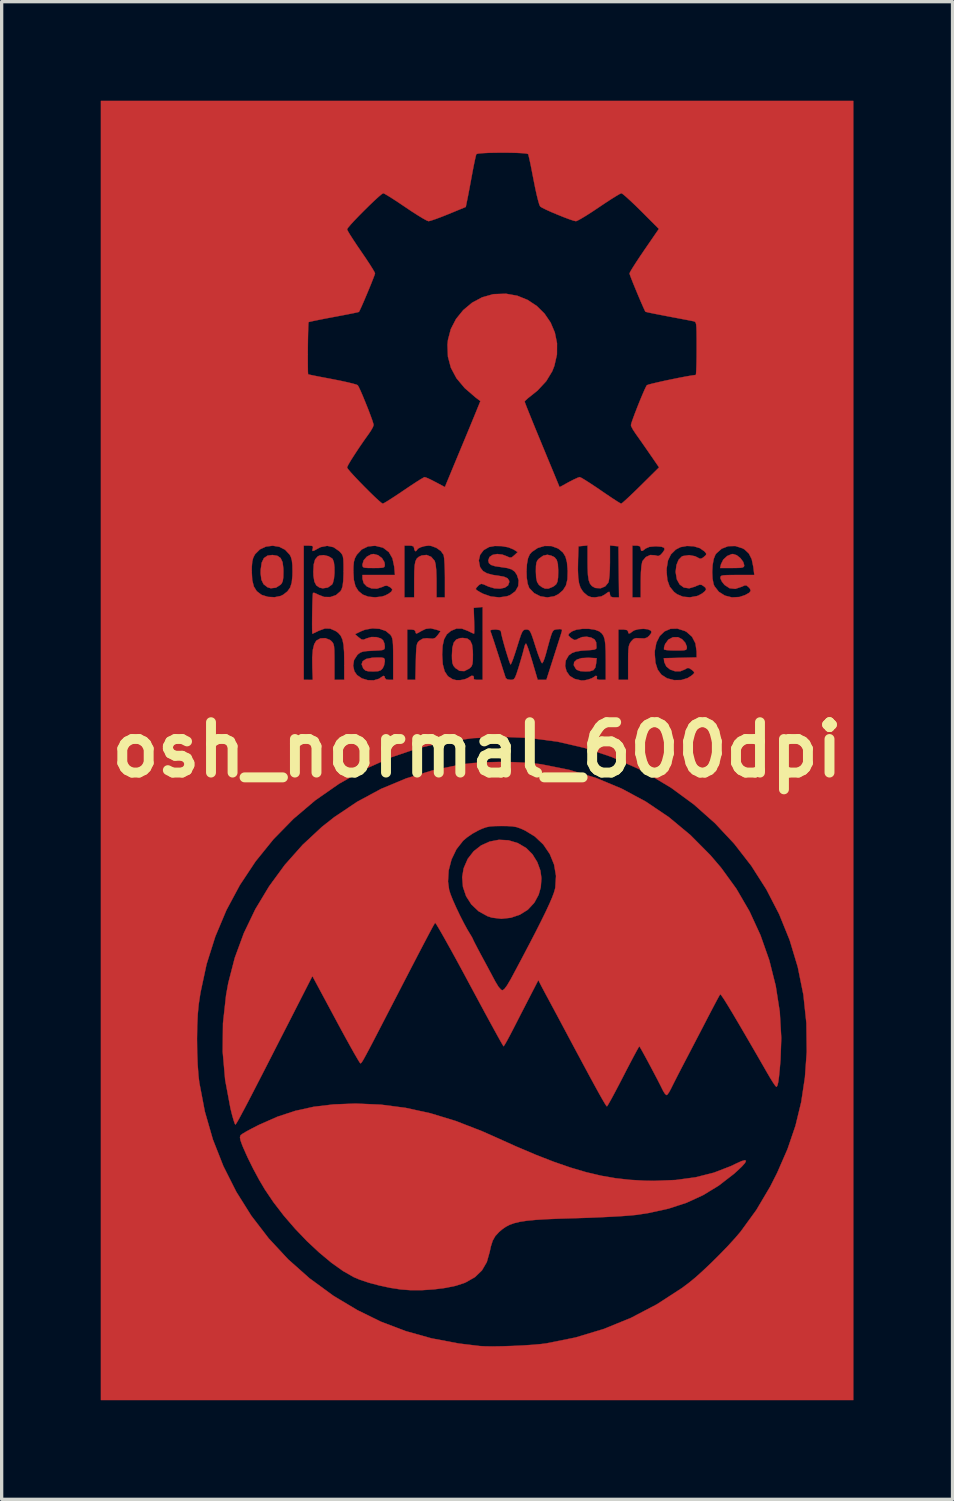
<source format=kicad_pcb>
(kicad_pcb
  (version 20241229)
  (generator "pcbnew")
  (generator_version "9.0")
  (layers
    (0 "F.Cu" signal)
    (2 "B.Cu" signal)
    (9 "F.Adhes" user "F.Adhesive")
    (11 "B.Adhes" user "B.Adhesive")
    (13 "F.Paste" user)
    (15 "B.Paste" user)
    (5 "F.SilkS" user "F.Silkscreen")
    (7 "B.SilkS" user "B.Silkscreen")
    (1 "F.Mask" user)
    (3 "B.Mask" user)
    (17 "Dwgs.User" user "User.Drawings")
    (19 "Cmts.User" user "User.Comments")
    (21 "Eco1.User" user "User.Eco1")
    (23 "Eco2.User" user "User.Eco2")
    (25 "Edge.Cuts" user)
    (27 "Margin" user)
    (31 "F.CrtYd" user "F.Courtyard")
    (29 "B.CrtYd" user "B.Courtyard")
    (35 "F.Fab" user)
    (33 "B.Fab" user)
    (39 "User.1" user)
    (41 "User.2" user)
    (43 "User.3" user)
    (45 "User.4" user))
  (footprint "osh_normal_600dpi"
    (layer "F.Cu")
    (at 11.393 19.648)
    (property "Reference" "osh_normal_600dpi" (at 0 0 0) (layer "F.SilkS") (effects (font (size 1.524 1.524) (thickness 0.3))))
    (attr through_hole)
    (fp_poly (pts (xy 3.372 -2.786) (xy 3.619 -2.773) (xy 3.605 -2.625) (xy 3.579 -2.489) (xy 3.521 -2.412) (xy 3.414 -2.377) (xy 3.282 -2.371) (xy 3.121 -2.382) (xy 3.021 -2.421) (xy 2.991 -2.448) (xy 2.926 -2.56) (xy 2.938 -2.656) (xy 3.019 -2.73) (xy 3.162 -2.776) (xy 3.359 -2.786) (xy 3.372 -2.786)) (stroke (width 0.01) (type solid)) (fill yes) (layer "F.Cu"))
    (fp_poly (pts (xy 7.859 -5.891) (xy 7.971 -5.802) (xy 8.056 -5.688) (xy 8.086 -5.585) (xy 8.078 -5.545) (xy 8.045 -5.521) (xy 7.97 -5.508) (xy 7.836 -5.504) (xy 7.721 -5.503) (xy 7.357 -5.503) (xy 7.384 -5.62) (xy 7.452 -5.757) (xy 7.569 -5.866) (xy 7.706 -5.923) (xy 7.746 -5.927) (xy 7.859 -5.891)) (stroke (width 0.01) (type solid)) (fill yes) (layer "F.Cu"))
    (fp_poly (pts (xy -2.997 -5.891) (xy -2.879 -5.801) (xy -2.806 -5.681) (xy -2.794 -5.611) (xy -2.797 -5.558) (xy -2.819 -5.526) (xy -2.876 -5.51) (xy -2.987 -5.504) (xy -3.133 -5.503) (xy -3.301 -5.504) (xy -3.401 -5.511) (xy -3.452 -5.53) (xy -3.469 -5.565) (xy -3.471 -5.611) (xy -3.433 -5.738) (xy -3.337 -5.847) (xy -3.208 -5.916) (xy -3.133 -5.927) (xy -2.997 -5.891)) (stroke (width 0.01) (type solid)) (fill yes) (layer "F.Cu"))
    (fp_poly (pts (xy -2.892 -2.792) (xy -2.823 -2.777) (xy -2.798 -2.74) (xy -2.794 -2.676) (xy -2.818 -2.551) (xy -2.86 -2.465) (xy -2.916 -2.408) (xy -2.998 -2.379) (xy -3.132 -2.371) (xy -3.155 -2.371) (xy -3.297 -2.377) (xy -3.381 -2.4) (xy -3.437 -2.452) (xy -3.45 -2.471) (xy -3.496 -2.59) (xy -3.463 -2.684) (xy -3.355 -2.751) (xy -3.175 -2.787) (xy -3.024 -2.794) (xy -2.892 -2.792)) (stroke (width 0.01) (type solid)) (fill yes) (layer "F.Cu"))
    (fp_poly (pts (xy -6.048 -5.873) (xy -5.948 -5.804) (xy -5.889 -5.679) (xy -5.865 -5.487) (xy -5.863 -5.397) (xy -5.867 -5.223) (xy -5.883 -5.111) (xy -5.915 -5.038) (xy -5.948 -4.999) (xy -6.09 -4.908) (xy -6.247 -4.89) (xy -6.349 -4.922) (xy -6.464 -5.013) (xy -6.53 -5.149) (xy -6.553 -5.343) (xy -6.551 -5.451) (xy -6.521 -5.663) (xy -6.454 -5.803) (xy -6.344 -5.878) (xy -6.197 -5.897) (xy -6.048 -5.873)) (stroke (width 0.01) (type solid)) (fill yes) (layer "F.Cu"))
    (fp_poly (pts (xy 6.083 -3.41) (xy 6.205 -3.347) (xy 6.302 -3.24) (xy 6.349 -3.121) (xy 6.35 -3.104) (xy 6.345 -3.055) (xy 6.32 -3.026) (xy 6.256 -3.011) (xy 6.137 -3.006) (xy 6.014 -3.006) (xy 5.854 -3.009) (xy 5.73 -3.019) (xy 5.663 -3.034) (xy 5.658 -3.038) (xy 5.659 -3.095) (xy 5.689 -3.192) (xy 5.696 -3.207) (xy 5.79 -3.335) (xy 5.927 -3.407) (xy 6.08 -3.41) (xy 6.083 -3.41)) (stroke (width 0.01) (type solid)) (fill yes) (layer "F.Cu"))
    (fp_poly (pts (xy -4.501 -5.86) (xy -4.389 -5.792) (xy -4.371 -5.771) (xy -4.335 -5.674) (xy -4.318 -5.524) (xy -4.317 -5.351) (xy -4.333 -5.184) (xy -4.365 -5.053) (xy -4.392 -5.002) (xy -4.519 -4.912) (xy -4.673 -4.888) (xy -4.77 -4.91) (xy -4.867 -4.977) (xy -4.926 -5.092) (xy -4.954 -5.268) (xy -4.958 -5.397) (xy -4.945 -5.614) (xy -4.904 -5.761) (xy -4.829 -5.851) (xy -4.771 -5.881) (xy -4.643 -5.893) (xy -4.501 -5.86)) (stroke (width 0.01) (type solid)) (fill yes) (layer "F.Cu"))
    (fp_poly (pts (xy -0.299 -3.368) (xy -0.208 -3.304) (xy -0.153 -3.184) (xy -0.13 -2.997) (xy -0.127 -2.882) (xy -0.129 -2.711) (xy -0.14 -2.603) (xy -0.164 -2.534) (xy -0.209 -2.483) (xy -0.239 -2.458) (xy -0.387 -2.382) (xy -0.531 -2.39) (xy -0.658 -2.475) (xy -0.716 -2.545) (xy -0.748 -2.626) (xy -0.76 -2.747) (xy -0.762 -2.858) (xy -0.75 -3.086) (xy -0.708 -3.243) (xy -0.631 -3.337) (xy -0.513 -3.381) (xy -0.434 -3.386) (xy -0.299 -3.368)) (stroke (width 0.01) (type solid)) (fill yes) (layer "F.Cu"))
    (fp_poly (pts (xy 2.243 -5.878) (xy 2.347 -5.827) (xy 2.411 -5.747) (xy 2.445 -5.622) (xy 2.455 -5.434) (xy 2.455 -5.404) (xy 2.451 -5.216) (xy 2.433 -5.092) (xy 2.394 -5.011) (xy 2.326 -4.954) (xy 2.283 -4.93) (xy 2.156 -4.878) (xy 2.055 -4.881) (xy 1.968 -4.919) (xy 1.873 -4.99) (xy 1.816 -5.082) (xy 1.787 -5.216) (xy 1.779 -5.401) (xy 1.782 -5.566) (xy 1.797 -5.67) (xy 1.83 -5.739) (xy 1.873 -5.786) (xy 2.005 -5.879) (xy 2.129 -5.904) (xy 2.243 -5.878)) (stroke (width 0.01) (type solid)) (fill yes) (layer "F.Cu"))
    (fp_poly (pts (xy 0.948 2.739) (xy 1.232 2.824) (xy 1.489 2.976) (xy 1.675 3.163) (xy 1.822 3.4) (xy 1.917 3.66) (xy 1.947 3.888) (xy 1.928 4.159) (xy 1.863 4.388) (xy 1.742 4.611) (xy 1.72 4.643) (xy 1.534 4.842) (xy 1.296 4.991) (xy 1.023 5.084) (xy 0.735 5.116) (xy 0.449 5.081) (xy 0.316 5.038) (xy 0.046 4.889) (xy -0.173 4.682) (xy -0.333 4.432) (xy -0.428 4.152) (xy -0.452 3.855) (xy -0.407 3.587) (xy -0.284 3.303) (xy -0.104 3.071) (xy 0.121 2.895) (xy 0.38 2.778) (xy 0.66 2.725) (xy 0.948 2.739)) (stroke (width 0.01) (type solid)) (fill yes) (layer "F.Cu"))
    (fp_poly (pts (xy -2.914 10.742) (xy -2.166 10.839) (xy -1.414 11.003) (xy -0.649 11.236) (xy 0.14 11.542) (xy 0.529 11.714) (xy 1.187 12.01) (xy 1.784 12.263) (xy 2.329 12.475) (xy 2.833 12.649) (xy 3.305 12.788) (xy 3.756 12.894) (xy 4.194 12.97) (xy 4.631 13.019) (xy 5.075 13.044) (xy 5.355 13.049) (xy 6.012 13.023) (xy 6.613 12.941) (xy 7.168 12.801) (xy 7.684 12.602) (xy 7.835 12.529) (xy 8.004 12.452) (xy 8.105 12.424) (xy 8.14 12.444) (xy 8.108 12.51) (xy 8.01 12.62) (xy 7.847 12.773) (xy 7.76 12.849) (xy 7.31 13.196) (xy 6.84 13.482) (xy 6.339 13.712) (xy 5.794 13.89) (xy 5.192 14.022) (xy 4.832 14.078) (xy 4.66 14.095) (xy 4.419 14.114) (xy 4.122 14.132) (xy 3.784 14.149) (xy 3.421 14.165) (xy 3.047 14.177) (xy 2.942 14.18) (xy 2.481 14.194) (xy 2.095 14.21) (xy 1.776 14.23) (xy 1.515 14.255) (xy 1.302 14.287) (xy 1.129 14.328) (xy 0.986 14.379) (xy 0.865 14.442) (xy 0.756 14.519) (xy 0.663 14.599) (xy 0.55 14.722) (xy 0.472 14.86) (xy 0.415 15.038) (xy 0.381 15.199) (xy 0.294 15.507) (xy 0.147 15.759) (xy -0.063 15.962) (xy -0.345 16.123) (xy -0.395 16.144) (xy -0.644 16.225) (xy -0.955 16.289) (xy -1.303 16.334) (xy -1.665 16.358) (xy -2.02 16.358) (xy -2.307 16.337) (xy -2.626 16.288) (xy -2.958 16.217) (xy -3.278 16.132) (xy -3.559 16.038) (xy -3.733 15.964) (xy -4.059 15.778) (xy -4.411 15.527) (xy -4.777 15.222) (xy -5.148 14.876) (xy -5.51 14.498) (xy -5.854 14.099) (xy -6.167 13.692) (xy -6.425 13.309) (xy -6.6 13.013) (xy -6.778 12.682) (xy -6.944 12.347) (xy -7.081 12.04) (xy -7.11 11.97) (xy -7.162 11.825) (xy -7.179 11.734) (xy -7.164 11.677) (xy -7.155 11.663) (xy -7.099 11.622) (xy -6.983 11.553) (xy -6.821 11.466) (xy -6.632 11.369) (xy -6.589 11.348) (xy -6.048 11.109) (xy -5.505 10.93) (xy -4.943 10.806) (xy -4.345 10.735) (xy -3.693 10.71) (xy -3.668 10.71) (xy -2.914 10.742)) (stroke (width 0.01) (type solid)) (fill yes) (layer "F.Cu"))
    (fp_poly (pts (xy 1.091 0.373) (xy 1.496 0.392) (xy 1.854 0.427) (xy 1.947 0.439) (xy 2.791 0.608) (xy 3.601 0.853) (xy 4.375 1.175) (xy 5.111 1.571) (xy 5.806 2.04) (xy 6.458 2.582) (xy 7.065 3.194) (xy 7.392 3.577) (xy 7.849 4.208) (xy 8.246 4.89) (xy 8.579 5.614) (xy 8.845 6.37) (xy 9.04 7.147) (xy 9.163 7.935) (xy 9.208 8.724) (xy 9.185 9.381) (xy 9.16 9.679) (xy 9.138 9.9) (xy 9.117 10.055) (xy 9.095 10.15) (xy 9.073 10.196) (xy 9.058 10.202) (xy 9.025 10.168) (xy 8.96 10.074) (xy 8.873 9.934) (xy 8.776 9.768) (xy 8.458 9.215) (xy 8.18 8.736) (xy 7.943 8.33) (xy 7.747 7.998) (xy 7.591 7.739) (xy 7.475 7.553) (xy 7.398 7.44) (xy 7.362 7.399) (xy 7.359 7.4) (xy 7.332 7.445) (xy 7.272 7.554) (xy 7.188 7.712) (xy 7.085 7.908) (xy 6.981 8.107) (xy 6.835 8.39) (xy 6.669 8.709) (xy 6.502 9.03) (xy 6.35 9.322) (xy 6.299 9.419) (xy 6.18 9.647) (xy 6.068 9.864) (xy 5.972 10.053) (xy 5.9 10.196) (xy 5.872 10.254) (xy 5.812 10.366) (xy 5.759 10.439) (xy 5.736 10.453) (xy 5.691 10.419) (xy 5.637 10.335) (xy 5.628 10.317) (xy 5.555 10.17) (xy 5.463 9.99) (xy 5.359 9.792) (xy 5.251 9.588) (xy 5.147 9.393) (xy 5.053 9.221) (xy 4.978 9.085) (xy 4.927 8.999) (xy 4.911 8.977) (xy 4.886 9.013) (xy 4.829 9.114) (xy 4.745 9.27) (xy 4.639 9.471) (xy 4.516 9.706) (xy 4.424 9.886) (xy 4.293 10.139) (xy 4.174 10.365) (xy 4.073 10.553) (xy 3.994 10.694) (xy 3.945 10.777) (xy 3.93 10.795) (xy 3.909 10.773) (xy 3.864 10.703) (xy 3.793 10.583) (xy 3.695 10.409) (xy 3.567 10.177) (xy 3.407 9.883) (xy 3.214 9.524) (xy 2.985 9.097) (xy 2.773 8.7) (xy 2.627 8.426) (xy 2.487 8.163) (xy 2.359 7.924) (xy 2.251 7.723) (xy 2.171 7.574) (xy 2.139 7.514) (xy 2.055 7.358) (xy 1.976 7.209) (xy 1.927 7.116) (xy 1.854 6.972) (xy 1.605 7.455) (xy 1.482 7.694) (xy 1.339 7.971) (xy 1.197 8.249) (xy 1.091 8.456) (xy 0.993 8.644) (xy 0.908 8.802) (xy 0.843 8.916) (xy 0.806 8.971) (xy 0.801 8.975) (xy 0.777 8.938) (xy 0.717 8.835) (xy 0.625 8.67) (xy 0.505 8.452) (xy 0.36 8.187) (xy 0.195 7.883) (xy 0.014 7.546) (xy -0.181 7.184) (xy -0.232 7.089) (xy -0.429 6.722) (xy -0.614 6.381) (xy -0.784 6.071) (xy -0.935 5.8) (xy -1.062 5.574) (xy -1.163 5.4) (xy -1.232 5.286) (xy -1.267 5.238) (xy -1.27 5.237) (xy -1.288 5.263) (xy -1.322 5.32) (xy -1.372 5.412) (xy -1.443 5.544) (xy -1.536 5.721) (xy -1.655 5.947) (xy -1.802 6.229) (xy -1.979 6.57) (xy -2.189 6.975) (xy -2.434 7.45) (xy -2.489 7.556) (xy -2.712 7.987) (xy -2.899 8.349) (xy -3.054 8.648) (xy -3.179 8.889) (xy -3.279 9.079) (xy -3.357 9.225) (xy -3.415 9.331) (xy -3.457 9.405) (xy -3.487 9.451) (xy -3.507 9.477) (xy -3.521 9.489) (xy -3.532 9.491) (xy -3.534 9.491) (xy -3.562 9.455) (xy -3.624 9.352) (xy -3.717 9.192) (xy -3.835 8.982) (xy -3.974 8.731) (xy -4.129 8.447) (xy -4.278 8.17) (xy -4.986 6.85) (xy -5.652 8.156) (xy -5.949 8.736) (xy -6.209 9.246) (xy -6.435 9.688) (xy -6.63 10.067) (xy -6.795 10.388) (xy -6.933 10.654) (xy -7.046 10.869) (xy -7.137 11.039) (xy -7.206 11.167) (xy -7.257 11.257) (xy -7.292 11.314) (xy -7.312 11.341) (xy -7.319 11.345) (xy -7.34 11.307) (xy -7.375 11.201) (xy -7.419 11.045) (xy -7.466 10.855) (xy -7.467 10.85) (xy -7.627 9.993) (xy -7.702 9.136) (xy -7.693 8.28) (xy -7.599 7.425) (xy -7.533 7.061) (xy -7.336 6.298) (xy -7.061 5.55) (xy -6.713 4.825) (xy -6.296 4.133) (xy -6.191 3.989) (xy -0.881 3.989) (xy -0.847 4.238) (xy -0.805 4.372) (xy -0.73 4.559) (xy -0.632 4.779) (xy -0.52 5.014) (xy -0.404 5.242) (xy -0.294 5.444) (xy -0.229 5.551) (xy -0.168 5.652) (xy -0.131 5.72) (xy -0.127 5.733) (xy -0.108 5.775) (xy -0.056 5.878) (xy 0.021 6.026) (xy 0.117 6.206) (xy 0.142 6.252) (xy 0.258 6.467) (xy 0.374 6.683) (xy 0.476 6.875) (xy 0.552 7.017) (xy 0.647 7.174) (xy 0.726 7.263) (xy 0.767 7.281) (xy 0.823 7.245) (xy 0.906 7.135) (xy 1.016 6.949) (xy 1.071 6.847) (xy 1.346 6.33) (xy 1.582 5.881) (xy 1.782 5.496) (xy 1.947 5.168) (xy 2.082 4.893) (xy 2.187 4.666) (xy 2.267 4.482) (xy 2.323 4.334) (xy 2.357 4.218) (xy 2.367 4.17) (xy 2.389 3.818) (xy 2.331 3.476) (xy 2.201 3.156) (xy 2.005 2.868) (xy 1.748 2.624) (xy 1.449 2.442) (xy 1.308 2.379) (xy 1.191 2.339) (xy 1.069 2.318) (xy 0.915 2.309) (xy 0.741 2.307) (xy 0.537 2.31) (xy 0.39 2.32) (xy 0.271 2.345) (xy 0.152 2.388) (xy 0.036 2.441) (xy -0.138 2.537) (xy -0.308 2.654) (xy -0.423 2.752) (xy -0.626 3.011) (xy -0.774 3.318) (xy -0.861 3.651) (xy -0.881 3.989) (xy -6.191 3.989) (xy -5.818 3.48) (xy -5.283 2.878) (xy -4.697 2.333) (xy -4.327 2.041) (xy -3.631 1.574) (xy -2.907 1.183) (xy -2.147 0.866) (xy -1.347 0.622) (xy -0.502 0.447) (xy -0.466 0.441) (xy -0.137 0.402) (xy 0.249 0.378) (xy 0.667 0.368) (xy 1.091 0.373)) (stroke (width 0.01) (type solid)) (fill yes) (layer "F.Cu"))
    (fp_poly (pts (xy 11.388 19.685) (xy -11.388 19.685) (xy -11.388 8.751) (xy -8.479 8.751) (xy -8.474 9.152) (xy -8.459 9.536) (xy -8.433 9.88) (xy -8.409 10.078) (xy -8.242 10.952) (xy -7.999 11.796) (xy -7.68 12.607) (xy -7.291 13.379) (xy -6.833 14.109) (xy -6.308 14.792) (xy -5.721 15.424) (xy -5.073 16) (xy -4.367 16.516) (xy -4.339 16.535) (xy -3.628 16.961) (xy -2.906 17.315) (xy -2.161 17.598) (xy -1.383 17.816) (xy -0.56 17.972) (xy 0.085 18.05) (xy 0.261 18.059) (xy 0.501 18.061) (xy 0.784 18.056) (xy 1.089 18.046) (xy 1.396 18.031) (xy 1.683 18.012) (xy 1.931 17.99) (xy 2.095 17.969) (xy 2.979 17.791) (xy 3.834 17.533) (xy 4.656 17.198) (xy 5.444 16.785) (xy 6.196 16.297) (xy 6.413 16.135) (xy 6.604 15.979) (xy 6.832 15.774) (xy 7.083 15.537) (xy 7.34 15.282) (xy 7.586 15.028) (xy 7.805 14.788) (xy 7.982 14.581) (xy 7.985 14.576) (xy 8.455 13.929) (xy 8.876 13.217) (xy 9.084 12.806) (xy 9.397 12.088) (xy 9.638 11.38) (xy 9.812 10.663) (xy 9.924 9.918) (xy 9.979 9.144) (xy 9.968 8.271) (xy 9.877 7.413) (xy 9.707 6.575) (xy 9.462 5.761) (xy 9.144 4.976) (xy 8.756 4.225) (xy 8.302 3.513) (xy 7.783 2.844) (xy 7.203 2.224) (xy 6.565 1.657) (xy 5.871 1.148) (xy 5.125 0.702) (xy 4.868 0.569) (xy 4.068 0.215) (xy 3.257 -0.056) (xy 2.431 -0.247) (xy 1.58 -0.358) (xy 0.762 -0.391) (xy -0.121 -0.353) (xy -0.972 -0.238) (xy -1.796 -0.046) (xy -2.599 0.227) (xy -3.386 0.58) (xy -3.408 0.591) (xy -4.181 1.029) (xy -4.9 1.53) (xy -5.562 2.092) (xy -6.165 2.708) (xy -6.706 3.377) (xy -7.181 4.093) (xy -7.589 4.853) (xy -7.925 5.652) (xy -8.189 6.487) (xy -8.375 7.355) (xy -8.428 7.705) (xy -8.456 8.003) (xy -8.473 8.36) (xy -8.479 8.751) (xy -11.388 8.751) (xy -11.388 -5.399) (xy -6.822 -5.399) (xy -6.808 -5.138) (xy -6.759 -4.943) (xy -6.671 -4.801) (xy -6.536 -4.698) (xy -6.508 -4.684) (xy -6.328 -4.629) (xy -6.13 -4.619) (xy -5.949 -4.656) (xy -5.869 -4.695) (xy -5.742 -4.795) (xy -5.659 -4.911) (xy -5.611 -5.061) (xy -5.591 -5.265) (xy -5.588 -5.393) (xy -5.592 -5.593) (xy -5.607 -5.733) (xy -5.636 -5.835) (xy -5.673 -5.907) (xy -5.811 -6.055) (xy -5.989 -6.146) (xy -6.189 -6.178) (xy -6.391 -6.152) (xy -6.574 -6.068) (xy -6.718 -5.925) (xy -6.733 -5.902) (xy -6.779 -5.809) (xy -6.807 -5.697) (xy -6.82 -5.544) (xy -6.822 -5.399) (xy -11.388 -5.399) (xy -11.388 -6.181) (xy -5.249 -6.181) (xy -5.249 -2.117) (xy -5.112 -2.117) (xy -4.974 -2.116) (xy -4.988 -2.486) (xy -4.991 -2.796) (xy -4.972 -3.031) (xy -4.931 -3.197) (xy -4.867 -3.304) (xy -4.865 -3.305) (xy -4.743 -3.373) (xy -4.595 -3.38) (xy -4.455 -3.326) (xy -4.416 -3.295) (xy -4.376 -3.252) (xy -4.348 -3.202) (xy -4.331 -3.129) (xy -4.322 -3.017) (xy -4.319 -2.849) (xy -4.318 -2.66) (xy -4.318 -2.117) (xy -4.022 -2.117) (xy -4.022 -2.545) (xy -3.753 -2.545) (xy -3.715 -2.376) (xy -3.635 -2.262) (xy -3.489 -2.162) (xy -3.311 -2.108) (xy -3.129 -2.103) (xy -2.971 -2.15) (xy -2.918 -2.186) (xy -2.838 -2.239) (xy -2.799 -2.22) (xy -2.794 -2.18) (xy -2.756 -2.13) (xy -2.667 -2.117) (xy -2.54 -2.117) (xy -2.54 -2.746) (xy -2.541 -2.993) (xy -2.545 -3.171) (xy -2.554 -3.294) (xy -2.57 -3.378) (xy -2.594 -3.438) (xy -2.627 -3.485) (xy -2.765 -3.598) (xy -2.89 -3.641) (xy -2.117 -3.641) (xy -2.117 -2.117) (xy -1.869 -2.117) (xy -1.855 -2.671) (xy -1.85 -2.879) (xy -1.058 -2.879) (xy -1.04 -2.592) (xy -0.983 -2.377) (xy -0.885 -2.227) (xy -0.742 -2.136) (xy -0.632 -2.108) (xy -0.503 -2.109) (xy -0.364 -2.138) (xy -0.256 -2.186) (xy -0.238 -2.201) (xy -0.169 -2.24) (xy -0.112 -2.235) (xy -0.097 -2.19) (xy -0.1 -2.18) (xy -0.097 -2.136) (xy -0.033 -2.118) (xy 0.022 -2.117) (xy 0.169 -2.117) (xy 0.169 -3.607) (xy 0.397 -3.607) (xy 0.416 -3.557) (xy 0.456 -3.441) (xy 0.513 -3.272) (xy 0.58 -3.064) (xy 0.634 -2.898) (xy 0.707 -2.67) (xy 0.771 -2.468) (xy 0.823 -2.307) (xy 0.857 -2.202) (xy 0.868 -2.17) (xy 0.919 -2.132) (xy 1.013 -2.117) (xy 1.071 -2.12) (xy 1.114 -2.141) (xy 1.151 -2.193) (xy 1.19 -2.29) (xy 1.242 -2.449) (xy 1.268 -2.533) (xy 1.325 -2.724) (xy 1.376 -2.899) (xy 1.411 -3.033) (xy 1.423 -3.083) (xy 1.45 -3.175) (xy 1.478 -3.217) (xy 1.48 -3.217) (xy 1.502 -3.179) (xy 1.543 -3.074) (xy 1.595 -2.917) (xy 1.655 -2.724) (xy 1.672 -2.667) (xy 1.834 -2.117) (xy 2.097 -2.117) (xy 2.231 -2.535) (xy 2.665 -2.535) (xy 2.708 -2.373) (xy 2.804 -2.237) (xy 2.948 -2.148) (xy 2.991 -2.136) (xy 3.093 -2.113) (xy 3.154 -2.099) (xy 3.24 -2.101) (xy 3.359 -2.126) (xy 3.471 -2.165) (xy 3.527 -2.198) (xy 3.593 -2.241) (xy 3.63 -2.227) (xy 3.625 -2.18) (xy 3.628 -2.136) (xy 3.692 -2.118) (xy 3.748 -2.117) (xy 3.895 -2.117) (xy 3.895 -2.707) (xy 3.892 -2.983) (xy 3.882 -3.189) (xy 3.863 -3.338) (xy 3.829 -3.443) (xy 3.78 -3.518) (xy 3.711 -3.576) (xy 3.697 -3.586) (xy 3.565 -3.637) (xy 3.537 -3.641) (xy 4.276 -3.641) (xy 4.276 -2.117) (xy 4.572 -2.117) (xy 4.572 -2.64) (xy 4.573 -2.864) (xy 4.575 -2.91) (xy 5.377 -2.91) (xy 5.399 -2.637) (xy 5.466 -2.427) (xy 5.578 -2.274) (xy 5.75 -2.164) (xy 5.96 -2.109) (xy 6.181 -2.112) (xy 6.371 -2.17) (xy 6.476 -2.235) (xy 6.529 -2.276) (xy 6.573 -2.324) (xy 6.561 -2.366) (xy 6.497 -2.421) (xy 6.418 -2.474) (xy 6.358 -2.473) (xy 6.299 -2.437) (xy 6.153 -2.377) (xy 5.994 -2.377) (xy 5.844 -2.429) (xy 5.728 -2.523) (xy 5.667 -2.653) (xy 5.664 -2.667) (xy 5.652 -2.773) (xy 6.646 -2.797) (xy 6.645 -2.975) (xy 6.61 -3.222) (xy 6.507 -3.422) (xy 6.341 -3.569) (xy 6.288 -3.597) (xy 6.063 -3.669) (xy 5.855 -3.663) (xy 5.674 -3.585) (xy 5.528 -3.444) (xy 5.427 -3.244) (xy 5.379 -2.994) (xy 5.377 -2.91) (xy 4.575 -2.91) (xy 4.579 -3.02) (xy 4.591 -3.126) (xy 4.613 -3.199) (xy 4.647 -3.258) (xy 4.663 -3.28) (xy 4.734 -3.354) (xy 4.81 -3.381) (xy 4.93 -3.376) (xy 4.936 -3.376) (xy 5.065 -3.371) (xy 5.15 -3.4) (xy 5.213 -3.456) (xy 5.273 -3.535) (xy 5.272 -3.589) (xy 5.255 -3.609) (xy 5.168 -3.649) (xy 5.035 -3.662) (xy 4.889 -3.652) (xy 4.763 -3.619) (xy 4.711 -3.588) (xy 4.625 -3.524) (xy 4.581 -3.528) (xy 4.572 -3.577) (xy 4.54 -3.624) (xy 4.437 -3.641) (xy 4.424 -3.641) (xy 4.276 -3.641) (xy 3.537 -3.641) (xy 3.384 -3.662) (xy 3.186 -3.662) (xy 3.005 -3.636) (xy 2.871 -3.585) (xy 2.868 -3.582) (xy 2.779 -3.514) (xy 2.763 -3.463) (xy 2.819 -3.404) (xy 2.859 -3.374) (xy 2.94 -3.325) (xy 3.001 -3.329) (xy 3.058 -3.363) (xy 3.179 -3.413) (xy 3.318 -3.423) (xy 3.453 -3.397) (xy 3.556 -3.34) (xy 3.603 -3.258) (xy 3.604 -3.253) (xy 3.611 -3.141) (xy 3.614 -3.101) (xy 3.603 -3.057) (xy 3.548 -3.032) (xy 3.433 -3.019) (xy 3.387 -3.016) (xy 3.155 -3) (xy 2.99 -2.973) (xy 2.873 -2.93) (xy 2.785 -2.866) (xy 2.768 -2.849) (xy 2.683 -2.701) (xy 2.665 -2.535) (xy 2.231 -2.535) (xy 2.324 -2.826) (xy 2.399 -3.061) (xy 2.466 -3.27) (xy 2.52 -3.44) (xy 2.556 -3.556) (xy 2.569 -3.601) (xy 2.566 -3.643) (xy 2.509 -3.655) (xy 2.437 -3.649) (xy 2.38 -3.642) (xy 2.337 -3.63) (xy 2.302 -3.601) (xy 2.269 -3.544) (xy 2.234 -3.447) (xy 2.19 -3.298) (xy 2.132 -3.087) (xy 2.084 -2.908) (xy 2.041 -2.766) (xy 2 -2.663) (xy 1.969 -2.62) (xy 1.967 -2.619) (xy 1.941 -2.657) (xy 1.896 -2.761) (xy 1.838 -2.915) (xy 1.775 -3.104) (xy 1.767 -3.13) (xy 1.7 -3.341) (xy 1.65 -3.484) (xy 1.611 -3.572) (xy 1.575 -3.619) (xy 1.535 -3.638) (xy 1.489 -3.641) (xy 1.441 -3.637) (xy 1.402 -3.617) (xy 1.366 -3.568) (xy 1.327 -3.478) (xy 1.278 -3.332) (xy 1.211 -3.119) (xy 1.209 -3.111) (xy 1.146 -2.915) (xy 1.09 -2.751) (xy 1.045 -2.636) (xy 1.018 -2.584) (xy 1.015 -2.582) (xy 0.994 -2.62) (xy 0.958 -2.721) (xy 0.912 -2.866) (xy 0.86 -3.035) (xy 0.81 -3.211) (xy 0.766 -3.374) (xy 0.734 -3.505) (xy 0.72 -3.585) (xy 0.72 -3.592) (xy 0.681 -3.624) (xy 0.58 -3.64) (xy 0.548 -3.641) (xy 0.446 -3.633) (xy 0.397 -3.615) (xy 0.397 -3.607) (xy 0.169 -3.607) (xy 0.169 -4.323) (xy 0.033 -4.31) (xy -0.103 -4.297) (xy -0.09 -3.905) (xy -0.086 -3.735) (xy -0.086 -3.602) (xy -0.09 -3.525) (xy -0.093 -3.514) (xy -0.137 -3.531) (xy -0.229 -3.575) (xy -0.275 -3.598) (xy -0.461 -3.669) (xy -0.624 -3.67) (xy -0.787 -3.603) (xy -0.796 -3.597) (xy -0.918 -3.494) (xy -0.999 -3.349) (xy -1.044 -3.15) (xy -1.058 -2.884) (xy -1.058 -2.879) (xy -1.85 -2.879) (xy -1.849 -2.898) (xy -1.841 -3.055) (xy -1.829 -3.16) (xy -1.809 -3.227) (xy -1.779 -3.272) (xy -1.736 -3.31) (xy -1.637 -3.367) (xy -1.517 -3.378) (xy -1.457 -3.372) (xy -1.339 -3.363) (xy -1.265 -3.389) (xy -1.198 -3.464) (xy -1.193 -3.469) (xy -1.104 -3.591) (xy -1.235 -3.637) (xy -1.408 -3.678) (xy -1.554 -3.661) (xy -1.684 -3.598) (xy -1.79 -3.537) (xy -1.843 -3.519) (xy -1.861 -3.543) (xy -1.863 -3.577) (xy -1.901 -3.628) (xy -1.99 -3.641) (xy -2.117 -3.641) (xy -2.89 -3.641) (xy -2.953 -3.662) (xy -3.169 -3.676) (xy -3.39 -3.637) (xy -3.507 -3.591) (xy -3.696 -3.5) (xy -3.585 -3.404) (xy -3.503 -3.342) (xy -3.437 -3.333) (xy -3.344 -3.372) (xy -3.342 -3.373) (xy -3.198 -3.414) (xy -3.044 -3.411) (xy -2.911 -3.369) (xy -2.847 -3.316) (xy -2.806 -3.218) (xy -2.794 -3.129) (xy -2.797 -3.073) (xy -2.817 -3.039) (xy -2.87 -3.019) (xy -2.974 -3.008) (xy -3.145 -3) (xy -3.153 -2.999) (xy -3.333 -2.989) (xy -3.452 -2.973) (xy -3.532 -2.945) (xy -3.597 -2.898) (xy -3.629 -2.867) (xy -3.725 -2.718) (xy -3.753 -2.545) (xy -4.022 -2.545) (xy -4.022 -2.668) (xy -4.026 -2.957) (xy -4.043 -3.175) (xy -4.076 -3.337) (xy -4.129 -3.454) (xy -4.206 -3.542) (xy -4.284 -3.597) (xy -4.448 -3.669) (xy -4.61 -3.671) (xy -4.794 -3.604) (xy -4.805 -3.598) (xy -4.909 -3.547) (xy -4.975 -3.517) (xy -4.986 -3.514) (xy -4.991 -3.553) (xy -4.994 -3.659) (xy -4.995 -3.813) (xy -4.994 -3.998) (xy -4.991 -4.195) (xy -4.987 -4.386) (xy -4.982 -4.554) (xy -4.975 -4.68) (xy -4.969 -4.746) (xy -4.967 -4.75) (xy -4.924 -4.75) (xy -4.839 -4.712) (xy -4.814 -4.698) (xy -4.631 -4.627) (xy -4.443 -4.624) (xy -4.271 -4.683) (xy -4.137 -4.799) (xy -4.105 -4.85) (xy -4.072 -4.952) (xy -4.052 -5.114) (xy -4.043 -5.348) (xy -4.043 -5.397) (xy -3.746 -5.397) (xy -3.731 -5.141) (xy -3.682 -4.948) (xy -3.592 -4.805) (xy -3.459 -4.697) (xy -3.293 -4.635) (xy -3.088 -4.616) (xy -2.883 -4.639) (xy -2.782 -4.671) (xy -2.672 -4.729) (xy -2.594 -4.79) (xy -2.592 -4.793) (xy -2.566 -4.847) (xy -2.601 -4.897) (xy -2.642 -4.926) (xy -2.726 -4.969) (xy -2.799 -4.962) (xy -2.865 -4.931) (xy -3.032 -4.878) (xy -3.196 -4.885) (xy -3.336 -4.943) (xy -3.434 -5.045) (xy -3.471 -5.183) (xy -3.471 -5.184) (xy -3.471 -5.292) (xy -2.486 -5.292) (xy -2.509 -5.544) (xy -2.562 -5.796) (xy -2.671 -5.985) (xy -2.834 -6.109) (xy -2.862 -6.122) (xy -3.088 -6.177) (xy -3.303 -6.157) (xy -3.492 -6.065) (xy -3.64 -5.907) (xy -3.645 -5.9) (xy -3.699 -5.799) (xy -3.73 -5.693) (xy -3.743 -5.554) (xy -3.746 -5.397) (xy -4.043 -5.397) (xy -4.043 -5.425) (xy -4.044 -5.627) (xy -4.049 -5.764) (xy -4.063 -5.854) (xy -4.089 -5.917) (xy -4.133 -5.972) (xy -4.174 -6.014) (xy -4.346 -6.133) (xy -4.538 -6.175) (xy -4.733 -6.137) (xy -4.805 -6.101) (xy -4.92 -6.037) (xy -4.976 -6.017) (xy -4.988 -6.043) (xy -4.974 -6.096) (xy -4.967 -6.152) (xy -5.008 -6.176) (xy -5.098 -6.181) (xy -2.201 -6.181) (xy -2.201 -4.614) (xy -1.905 -4.614) (xy -1.904 -5.154) (xy -1.901 -5.404) (xy -1.89 -5.583) (xy -1.867 -5.706) (xy -1.827 -5.787) (xy -1.766 -5.841) (xy -1.68 -5.881) (xy -1.675 -5.883) (xy -1.527 -5.898) (xy -1.389 -5.841) (xy -1.286 -5.721) (xy -1.282 -5.715) (xy -1.256 -5.613) (xy -1.237 -5.437) (xy -1.229 -5.196) (xy -1.228 -5.112) (xy -1.228 -4.614) (xy -0.974 -4.614) (xy -0.974 -4.866) (xy -0.042 -4.866) (xy -0.008 -4.831) (xy 0.083 -4.775) (xy 0.178 -4.724) (xy 0.419 -4.64) (xy 0.671 -4.614) (xy 0.906 -4.648) (xy 1.001 -4.684) (xy 1.158 -4.799) (xy 1.245 -4.954) (xy 1.258 -5.132) (xy 1.206 -5.293) (xy 1.139 -5.394) (xy 1.107 -5.417) (xy 1.496 -5.417) (xy 1.502 -5.212) (xy 1.529 -5.032) (xy 1.575 -4.903) (xy 1.579 -4.896) (xy 1.727 -4.742) (xy 1.916 -4.646) (xy 2.126 -4.613) (xy 2.333 -4.647) (xy 2.46 -4.71) (xy 2.6 -4.83) (xy 2.69 -4.974) (xy 2.735 -5.161) (xy 2.742 -5.407) (xy 2.741 -5.446) (xy 2.74 -5.453) (xy 3.051 -5.453) (xy 3.06 -5.219) (xy 3.086 -5.041) (xy 3.13 -4.906) (xy 3.197 -4.8) (xy 3.238 -4.754) (xy 3.347 -4.662) (xy 3.452 -4.622) (xy 3.567 -4.614) (xy 3.763 -4.644) (xy 3.864 -4.699) (xy 3.945 -4.758) (xy 3.995 -4.784) (xy 3.997 -4.784) (xy 4.017 -4.748) (xy 4.022 -4.699) (xy 4.04 -4.639) (xy 4.109 -4.616) (xy 4.159 -4.614) (xy 4.297 -4.614) (xy 4.288 -5.387) (xy 4.279 -6.16) (xy 4.15 -6.173) (xy 4.074 -6.181) (xy 4.699 -6.181) (xy 4.699 -4.614) (xy 4.953 -4.614) (xy 4.954 -5.112) (xy 4.959 -5.371) (xy 4.961 -5.397) (xy 5.736 -5.397) (xy 5.759 -5.14) (xy 5.83 -4.94) (xy 5.959 -4.781) (xy 6.052 -4.71) (xy 6.232 -4.634) (xy 6.445 -4.616) (xy 6.659 -4.655) (xy 6.701 -4.671) (xy 6.813 -4.732) (xy 6.897 -4.801) (xy 6.898 -4.802) (xy 6.934 -4.862) (xy 6.91 -4.91) (xy 6.862 -4.95) (xy 6.796 -4.993) (xy 6.737 -4.999) (xy 6.65 -4.966) (xy 6.601 -4.942) (xy 6.42 -4.888) (xy 6.26 -4.912) (xy 6.133 -5.004) (xy 6.047 -5.159) (xy 6.012 -5.368) (xy 6.012 -5.384) (xy 7.117 -5.384) (xy 7.127 -5.182) (xy 7.159 -5.014) (xy 7.184 -4.954) (xy 7.317 -4.783) (xy 7.5 -4.668) (xy 7.714 -4.614) (xy 7.941 -4.626) (xy 8.112 -4.683) (xy 8.234 -4.751) (xy 8.282 -4.811) (xy 8.261 -4.876) (xy 8.223 -4.919) (xy 8.16 -4.973) (xy 8.102 -4.977) (xy 8.01 -4.936) (xy 8.009 -4.936) (xy 7.816 -4.872) (xy 7.643 -4.891) (xy 7.491 -4.991) (xy 7.49 -4.992) (xy 7.411 -5.091) (xy 7.368 -5.185) (xy 7.366 -5.204) (xy 7.37 -5.241) (xy 7.393 -5.266) (xy 7.447 -5.281) (xy 7.547 -5.288) (xy 7.707 -5.291) (xy 7.879 -5.292) (xy 8.392 -5.292) (xy 8.362 -5.535) (xy 8.313 -5.771) (xy 8.227 -5.942) (xy 8.097 -6.064) (xy 8.034 -6.1) (xy 7.818 -6.169) (xy 7.602 -6.164) (xy 7.404 -6.088) (xy 7.243 -5.946) (xy 7.212 -5.903) (xy 7.161 -5.773) (xy 7.129 -5.591) (xy 7.117 -5.384) (xy 6.012 -5.384) (xy 6.011 -5.397) (xy 6.035 -5.594) (xy 6.099 -5.751) (xy 6.195 -5.849) (xy 6.233 -5.866) (xy 6.419 -5.893) (xy 6.596 -5.86) (xy 6.667 -5.825) (xy 6.746 -5.784) (xy 6.808 -5.797) (xy 6.865 -5.839) (xy 6.931 -5.899) (xy 6.934 -5.944) (xy 6.884 -6.006) (xy 6.743 -6.105) (xy 6.556 -6.161) (xy 6.351 -6.171) (xy 6.156 -6.135) (xy 6.017 -6.064) (xy 5.868 -5.917) (xy 5.778 -5.732) (xy 5.739 -5.495) (xy 5.736 -5.397) (xy 4.961 -5.397) (xy 4.975 -5.568) (xy 4.999 -5.693) (xy 5.008 -5.715) (xy 5.108 -5.835) (xy 5.243 -5.897) (xy 5.387 -5.888) (xy 5.396 -5.885) (xy 5.48 -5.865) (xy 5.547 -5.895) (xy 5.608 -5.959) (xy 5.671 -6.051) (xy 5.665 -6.113) (xy 5.585 -6.147) (xy 5.428 -6.159) (xy 5.4 -6.16) (xy 5.219 -6.144) (xy 5.103 -6.095) (xy 5.092 -6.085) (xy 5.008 -6.022) (xy 4.965 -6.027) (xy 4.953 -6.096) (xy 4.933 -6.158) (xy 4.859 -6.18) (xy 4.826 -6.181) (xy 4.699 -6.181) (xy 4.074 -6.181) (xy 4.022 -6.186) (xy 4.022 -5.677) (xy 4.018 -5.46) (xy 4.007 -5.27) (xy 3.99 -5.13) (xy 3.974 -5.064) (xy 3.879 -4.948) (xy 3.742 -4.89) (xy 3.59 -4.898) (xy 3.561 -4.908) (xy 3.477 -4.956) (xy 3.418 -5.028) (xy 3.378 -5.137) (xy 3.355 -5.296) (xy 3.346 -5.519) (xy 3.344 -5.677) (xy 3.344 -6.186) (xy 3.207 -6.173) (xy 3.069 -6.16) (xy 3.056 -5.757) (xy 3.051 -5.453) (xy 2.74 -5.453) (xy 2.72 -5.679) (xy 2.675 -5.848) (xy 2.598 -5.974) (xy 2.479 -6.074) (xy 2.442 -6.098) (xy 2.251 -6.168) (xy 2.041 -6.171) (xy 1.835 -6.11) (xy 1.659 -5.991) (xy 1.591 -5.913) (xy 1.54 -5.795) (xy 1.508 -5.62) (xy 1.496 -5.417) (xy 1.107 -5.417) (xy 1.049 -5.46) (xy 0.915 -5.502) (xy 0.735 -5.529) (xy 0.542 -5.558) (xy 0.421 -5.597) (xy 0.358 -5.652) (xy 0.339 -5.731) (xy 0.339 -5.736) (xy 0.375 -5.836) (xy 0.471 -5.901) (xy 0.607 -5.927) (xy 0.765 -5.909) (xy 0.895 -5.86) (xy 0.988 -5.819) (xy 1.05 -5.826) (xy 1.124 -5.887) (xy 1.127 -5.889) (xy 1.229 -5.985) (xy 1.103 -6.065) (xy 0.945 -6.13) (xy 0.743 -6.166) (xy 0.534 -6.17) (xy 0.363 -6.139) (xy 0.198 -6.045) (xy 0.091 -5.903) (xy 0.051 -5.731) (xy 0.085 -5.549) (xy 0.104 -5.507) (xy 0.179 -5.411) (xy 0.298 -5.342) (xy 0.475 -5.294) (xy 0.634 -5.271) (xy 0.813 -5.24) (xy 0.92 -5.193) (xy 0.968 -5.123) (xy 0.974 -5.077) (xy 0.937 -4.976) (xy 0.839 -4.908) (xy 0.696 -4.878) (xy 0.527 -4.887) (xy 0.347 -4.94) (xy 0.308 -4.958) (xy 0.194 -5.009) (xy 0.127 -5.024) (xy 0.077 -5.003) (xy 0.04 -4.972) (xy -0.022 -4.905) (xy -0.042 -4.866) (xy -0.974 -4.866) (xy -0.974 -5.204) (xy -0.977 -5.429) (xy -0.985 -5.63) (xy -0.996 -5.79) (xy -1.011 -5.89) (xy -1.015 -5.903) (xy -1.097 -6.018) (xy -1.233 -6.114) (xy -1.39 -6.172) (xy -1.469 -6.181) (xy -1.593 -6.166) (xy -1.711 -6.131) (xy -1.796 -6.085) (xy -1.82 -6.047) (xy -1.853 -6.012) (xy -1.863 -6.011) (xy -1.897 -6.047) (xy -1.905 -6.096) (xy -1.922 -6.154) (xy -1.986 -6.178) (xy -2.053 -6.181) (xy -2.201 -6.181) (xy -5.098 -6.181) (xy -5.249 -6.181) (xy -11.388 -6.181) (xy -11.388 -11.765) (xy -5.125 -11.765) (xy -5.124 -11.583) (xy -5.122 -11.448) (xy -5.117 -11.375) (xy -5.115 -11.367) (xy -5.071 -11.355) (xy -4.957 -11.331) (xy -4.788 -11.297) (xy -4.576 -11.257) (xy -4.381 -11.22) (xy -4.143 -11.173) (xy -3.932 -11.127) (xy -3.763 -11.086) (xy -3.652 -11.054) (xy -3.614 -11.036) (xy -3.58 -10.977) (xy -3.524 -10.858) (xy -3.454 -10.695) (xy -3.377 -10.507) (xy -3.299 -10.312) (xy -3.229 -10.128) (xy -3.173 -9.974) (xy -3.14 -9.867) (xy -3.133 -9.832) (xy -3.156 -9.765) (xy -3.217 -9.658) (xy -3.274 -9.573) (xy -3.426 -9.36) (xy -3.571 -9.149) (xy -3.702 -8.95) (xy -3.812 -8.779) (xy -3.891 -8.645) (xy -3.933 -8.563) (xy -3.937 -8.547) (xy -3.908 -8.499) (xy -3.83 -8.405) (xy -3.714 -8.278) (xy -3.573 -8.129) (xy -3.418 -7.97) (xy -3.261 -7.813) (xy -3.114 -7.67) (xy -2.989 -7.554) (xy -2.899 -7.477) (xy -2.855 -7.451) (xy -2.807 -7.474) (xy -2.701 -7.537) (xy -2.551 -7.633) (xy -2.369 -7.753) (xy -2.221 -7.853) (xy -2.024 -7.986) (xy -1.849 -8.101) (xy -1.71 -8.189) (xy -1.618 -8.242) (xy -1.588 -8.255) (xy -1.531 -8.236) (xy -1.421 -8.187) (xy -1.282 -8.116) (xy -1.258 -8.104) (xy -0.974 -7.953) (xy -0.935 -8.051) (xy -0.907 -8.119) (xy -0.852 -8.251) (xy -0.776 -8.435) (xy -0.684 -8.658) (xy -0.581 -8.905) (xy -0.552 -8.975) (xy -0.437 -9.251) (xy -0.322 -9.528) (xy -0.215 -9.786) (xy -0.124 -10.007) (xy -0.057 -10.17) (xy -0.054 -10.178) (xy 0.1 -10.556) (xy -0.045 -10.665) (xy -0.376 -10.951) (xy -0.625 -11.249) (xy -0.793 -11.564) (xy -0.883 -11.901) (xy -0.897 -12.262) (xy -0.882 -12.409) (xy -0.796 -12.736) (xy -0.638 -13.041) (xy -0.42 -13.31) (xy -0.154 -13.533) (xy 0.149 -13.696) (xy 0.476 -13.789) (xy 0.507 -13.794) (xy 0.875 -13.806) (xy 1.218 -13.745) (xy 1.531 -13.618) (xy 1.807 -13.435) (xy 2.041 -13.204) (xy 2.225 -12.934) (xy 2.353 -12.632) (xy 2.419 -12.307) (xy 2.417 -11.968) (xy 2.339 -11.624) (xy 2.274 -11.458) (xy 2.091 -11.157) (xy 1.831 -10.877) (xy 1.646 -10.728) (xy 1.537 -10.642) (xy 1.462 -10.573) (xy 1.439 -10.541) (xy 1.455 -10.494) (xy 1.499 -10.379) (xy 1.568 -10.207) (xy 1.657 -9.986) (xy 1.762 -9.728) (xy 1.88 -9.442) (xy 1.91 -9.37) (xy 2.033 -9.072) (xy 2.148 -8.793) (xy 2.251 -8.546) (xy 2.336 -8.34) (xy 2.399 -8.187) (xy 2.435 -8.1) (xy 2.438 -8.092) (xy 2.497 -7.95) (xy 2.774 -8.103) (xy 2.916 -8.177) (xy 3.033 -8.231) (xy 3.102 -8.255) (xy 3.106 -8.255) (xy 3.158 -8.232) (xy 3.266 -8.168) (xy 3.418 -8.071) (xy 3.601 -7.95) (xy 3.743 -7.853) (xy 3.939 -7.719) (xy 4.111 -7.604) (xy 4.247 -7.516) (xy 4.335 -7.463) (xy 4.362 -7.451) (xy 4.402 -7.479) (xy 4.492 -7.558) (xy 4.621 -7.678) (xy 4.78 -7.83) (xy 4.954 -8) (xy 5.509 -8.549) (xy 5.224 -8.963) (xy 5.095 -9.149) (xy 4.968 -9.332) (xy 4.859 -9.486) (xy 4.797 -9.573) (xy 4.72 -9.69) (xy 4.669 -9.786) (xy 4.657 -9.827) (xy 4.672 -9.891) (xy 4.714 -10.014) (xy 4.775 -10.179) (xy 4.848 -10.368) (xy 4.926 -10.563) (xy 5.002 -10.745) (xy 5.068 -10.897) (xy 5.118 -11.001) (xy 5.139 -11.036) (xy 5.189 -11.055) (xy 5.306 -11.086) (xy 5.472 -11.125) (xy 5.672 -11.17) (xy 5.888 -11.215) (xy 6.104 -11.259) (xy 6.303 -11.297) (xy 6.469 -11.326) (xy 6.584 -11.343) (xy 6.619 -11.345) (xy 6.628 -11.385) (xy 6.635 -11.497) (xy 6.641 -11.668) (xy 6.645 -11.884) (xy 6.646 -12.133) (xy 6.646 -12.149) (xy 6.646 -12.428) (xy 6.644 -12.634) (xy 6.64 -12.778) (xy 6.632 -12.872) (xy 6.618 -12.928) (xy 6.597 -12.956) (xy 6.569 -12.969) (xy 6.551 -12.974) (xy 6.478 -12.988) (xy 6.338 -13.016) (xy 6.149 -13.052) (xy 5.926 -13.094) (xy 5.783 -13.121) (xy 5.556 -13.165) (xy 5.36 -13.203) (xy 5.209 -13.234) (xy 5.118 -13.255) (xy 5.097 -13.261) (xy 5.071 -13.309) (xy 5.021 -13.419) (xy 4.954 -13.572) (xy 4.878 -13.751) (xy 4.8 -13.938) (xy 4.727 -14.116) (xy 4.667 -14.268) (xy 4.627 -14.376) (xy 4.614 -14.42) (xy 4.637 -14.472) (xy 4.701 -14.58) (xy 4.799 -14.734) (xy 4.922 -14.921) (xy 5.059 -15.123) (xy 5.503 -15.769) (xy 4.964 -16.309) (xy 4.788 -16.482) (xy 4.629 -16.632) (xy 4.499 -16.75) (xy 4.408 -16.825) (xy 4.368 -16.849) (xy 4.316 -16.826) (xy 4.207 -16.762) (xy 4.053 -16.666) (xy 3.866 -16.544) (xy 3.689 -16.425) (xy 3.484 -16.288) (xy 3.298 -16.169) (xy 3.145 -16.077) (xy 3.038 -16.019) (xy 2.993 -16.002) (xy 2.92 -16.018) (xy 2.789 -16.062) (xy 2.622 -16.125) (xy 2.436 -16.2) (xy 2.252 -16.277) (xy 2.09 -16.35) (xy 1.969 -16.41) (xy 1.91 -16.447) (xy 1.883 -16.506) (xy 1.846 -16.633) (xy 1.801 -16.814) (xy 1.753 -17.036) (xy 1.711 -17.248) (xy 1.664 -17.49) (xy 1.622 -17.704) (xy 1.585 -17.876) (xy 1.558 -17.991) (xy 1.545 -18.034) (xy 1.495 -18.049) (xy 1.377 -18.061) (xy 1.208 -18.07) (xy 1.004 -18.075) (xy 0.782 -18.077) (xy 0.558 -18.075) (xy 0.35 -18.071) (xy 0.173 -18.062) (xy 0.045 -18.051) (xy -0.018 -18.036) (xy -0.022 -18.033) (xy -0.039 -17.978) (xy -0.067 -17.855) (xy -0.103 -17.683) (xy -0.142 -17.479) (xy -0.151 -17.43) (xy -0.194 -17.199) (xy -0.235 -16.978) (xy -0.271 -16.789) (xy -0.297 -16.658) (xy -0.299 -16.651) (xy -0.343 -16.433) (xy -0.867 -16.217) (xy -1.068 -16.137) (xy -1.245 -16.071) (xy -1.383 -16.024) (xy -1.463 -16.003) (xy -1.47 -16.002) (xy -1.529 -16.025) (xy -1.645 -16.089) (xy -1.804 -16.186) (xy -1.994 -16.308) (xy -2.168 -16.425) (xy -2.371 -16.562) (xy -2.553 -16.681) (xy -2.7 -16.773) (xy -2.801 -16.832) (xy -2.841 -16.849) (xy -2.889 -16.82) (xy -2.983 -16.741) (xy -3.111 -16.624) (xy -3.26 -16.482) (xy -3.419 -16.325) (xy -3.576 -16.167) (xy -3.718 -16.019) (xy -3.833 -15.893) (xy -3.91 -15.801) (xy -3.937 -15.756) (xy -3.914 -15.705) (xy -3.85 -15.597) (xy -3.752 -15.444) (xy -3.63 -15.26) (xy -3.514 -15.09) (xy -3.376 -14.888) (xy -3.257 -14.708) (xy -3.165 -14.562) (xy -3.107 -14.462) (xy -3.09 -14.423) (xy -3.106 -14.37) (xy -3.149 -14.257) (xy -3.21 -14.102) (xy -3.284 -13.922) (xy -3.363 -13.734) (xy -3.439 -13.555) (xy -3.505 -13.405) (xy -3.555 -13.299) (xy -3.578 -13.256) (xy -3.623 -13.244) (xy -3.737 -13.219) (xy -3.908 -13.185) (xy -4.121 -13.144) (xy -4.338 -13.103) (xy -4.579 -13.058) (xy -4.789 -13.016) (xy -4.955 -12.982) (xy -5.064 -12.958) (xy -5.101 -12.947) (xy -5.107 -12.901) (xy -5.112 -12.787) (xy -5.117 -12.621) (xy -5.121 -12.42) (xy -5.124 -12.199) (xy -5.125 -11.975) (xy -5.125 -11.765) (xy -11.388 -11.765) (xy -11.388 -19.643) (xy 11.388 -19.643) (xy 11.388 19.685)) (stroke (width 0.01) (type solid)) (fill yes) (layer "F.Cu")))
  (gr_rect
    (start -3 -3)
    (end 25.785 42.338)
    (stroke (width 0.1) (type default))
    (fill no)
    (layer "Edge.Cuts")))
</source>
